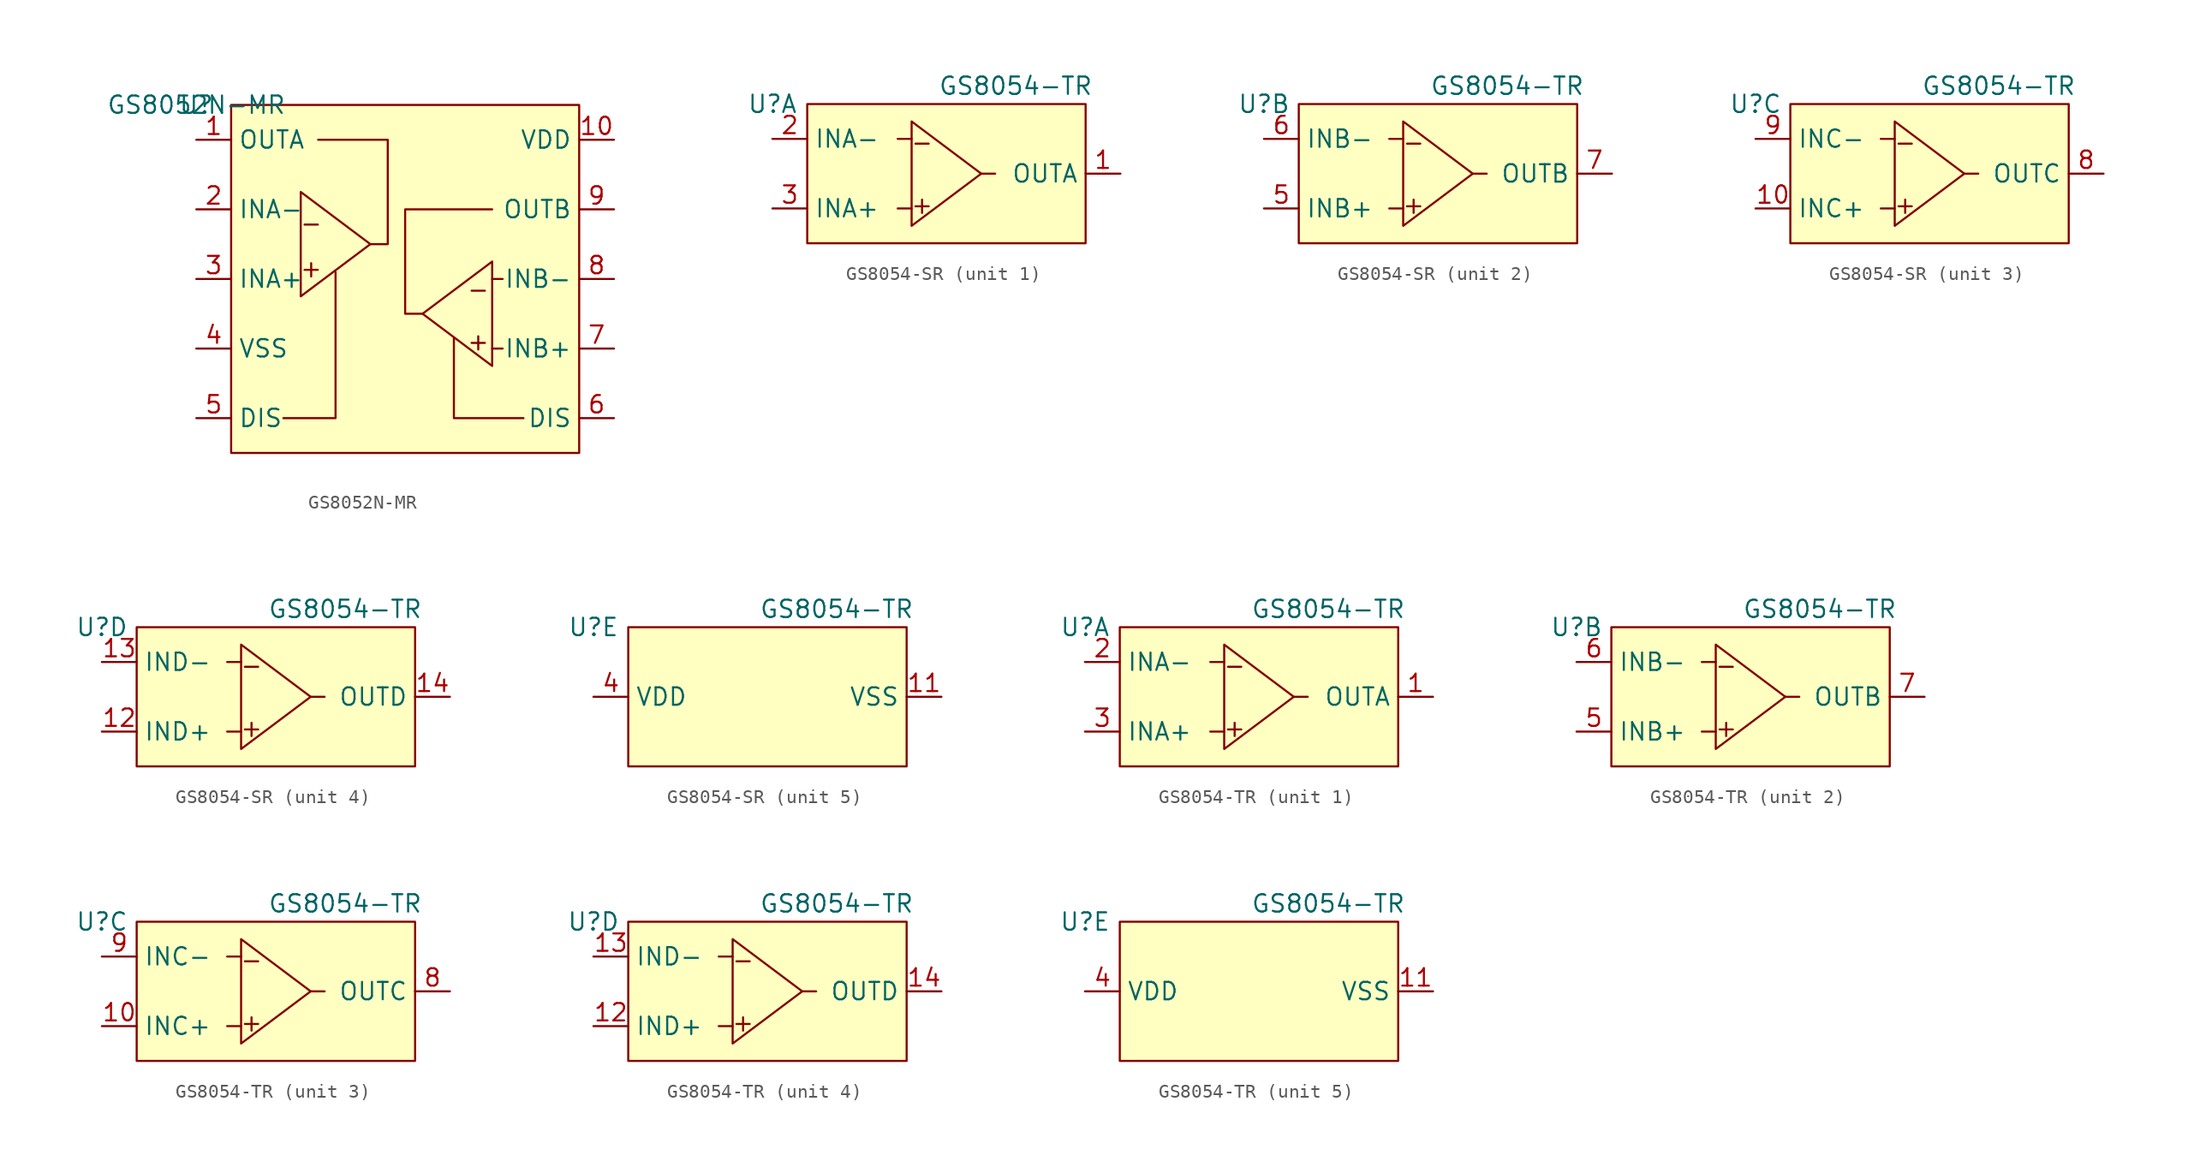
<source format=kicad_sym>
(kicad_symbol_lib
  (version 20220914)
  (generator kicad_symbol_editor)
  (symbol "GS8052N-MR"
    (property "Reference" "U"
      (at 0 0 0)
      (effects (font (size 1.27 1.27))))
    (property "Value" "GS8052N-MR"
      (at 0 0 0)
      (effects (font (size 1.27 1.27))))
    (symbol "GS8052N-MR_0_0"
      (pin output line (at 0 -2.54 0) (length 2.54) (name "OUTA" (effects (font (size 1.27 1.27)))) (number "1" (effects (font (size 1.27 1.27)))))
      (pin power_in line (at 30.48 -2.54 180) (length 2.54) (name "VDD" (effects (font (size 1.27 1.27)))) (number "10" (effects (font (size 1.27 1.27)))))
      (pin input line (at 0 -7.62 0) (length 2.54) (name "INA-" (effects (font (size 1.27 1.27)))) (number "2" (effects (font (size 1.27 1.27)))))
      (pin input line (at 0 -12.7 0) (length 2.54) (name "INA+" (effects (font (size 1.27 1.27)))) (number "3" (effects (font (size 1.27 1.27)))))
      (pin power_in line (at 0 -17.78 0) (length 2.54) (name "VSS" (effects (font (size 1.27 1.27)))) (number "4" (effects (font (size 1.27 1.27)))))
      (pin power_in line (at 0 -22.86 0) (length 2.54) (name "DIS" (effects (font (size 1.27 1.27)))) (number "5" (effects (font (size 1.27 1.27)))))
      (pin power_in line (at 30.48 -22.86 180) (length 2.54) (name "DIS" (effects (font (size 1.27 1.27)))) (number "6" (effects (font (size 1.27 1.27)))))
      (pin input line (at 30.48 -17.78 180) (length 2.54) (name "INB+" (effects (font (size 1.27 1.27)))) (number "7" (effects (font (size 1.27 1.27)))))
      (pin input line (at 30.48 -12.7 180) (length 2.54) (name "INB-" (effects (font (size 1.27 1.27)))) (number "8" (effects (font (size 1.27 1.27)))))
      (pin output line (at 30.48 -7.62 180) (length 2.54) (name "OUTB" (effects (font (size 1.27 1.27)))) (number "9" (effects (font (size 1.27 1.27))))))
    (symbol "GS8052N-MR_0_1"
      (polyline (pts (xy 21.59 -17.78) (xy 22.352 -17.78)) (stroke (width 0) (type default)) (fill (type none)))
      (polyline (pts (xy 21.59 -12.7) (xy 22.352 -12.7)) (stroke (width 0) (type default)) (fill (type none)))
      (polyline (pts (xy 10.16 -12.192) (xy 10.16 -22.86) (xy 6.35 -22.86)) (stroke (width 0) (type default)) (fill (type none)))
      (polyline (pts (xy 18.796 -17.018) (xy 18.796 -22.86) (xy 23.876 -22.86)) (stroke (width 0) (type default)) (fill (type none)))
      (polyline (pts (xy 7.62 -6.35) (xy 7.62 -13.97) (xy 12.7 -10.16) (xy 7.62 -6.35)) (stroke (width 0) (type default)) (fill (type none)))
      (polyline (pts (xy 12.7 -10.16) (xy 13.97 -10.16) (xy 13.97 -2.54) (xy 8.89 -2.54)) (stroke (width 0) (type default)) (fill (type none)))
      (polyline (pts (xy 16.51 -15.24) (xy 15.24 -15.24) (xy 15.24 -7.62) (xy 21.59 -7.62)) (stroke (width 0) (type default)) (fill (type none)))
      (polyline (pts (xy 21.59 -11.43) (xy 21.59 -19.05) (xy 16.51 -15.24) (xy 21.59 -11.43)) (stroke (width 0) (type default)) (fill (type none)))
      (rectangle (start 2.54 0) (end 27.94 -25.4) (stroke (width 0) (type default)) (fill (type background)))
      (text "+" (at 8.382 -11.938 0) (effects (font (size 1.27 1.27))))
      (text "+" (at 20.574 -17.272 0) (effects (font (size 1.27 1.27))))
      (text "-" (at 8.382 -8.636 0) (effects (font (size 1.27 1.27))))
      (text "-" (at 20.574 -13.462 0) (effects (font (size 1.27 1.27))))))
  (symbol "GS8054-SR"
    (property "Reference" "U"
      (at 0 0 0)
      (effects (font (size 1.27 1.27))))
    (property "Value" "GS8054-TR"
      (at 17.755 1.321 0)
      (effects (font (size 1.27 1.27))))
    (symbol "GS8054-SR_1_0"
      (pin output line (at 25.4 -5.08 180) (length 2.54) (name "OUTA" (effects (font (size 1.27 1.27)))) (number "1" (effects (font (size 1.27 1.27)))))
      (pin input line (at 0 -2.54 0) (length 2.54) (name "INA-" (effects (font (size 1.27 1.27)))) (number "2" (effects (font (size 1.27 1.27)))))
      (pin input line (at 0 -7.62 0) (length 2.54) (name "INA+" (effects (font (size 1.27 1.27)))) (number "3" (effects (font (size 1.27 1.27))))))
    (symbol "GS8054-SR_1_1"
      (polyline (pts (xy 10.16 -7.62) (xy 9.144 -7.62)) (stroke (width 0) (type default)) (fill (type none)))
      (polyline (pts (xy 10.16 -2.54) (xy 9.144 -2.54)) (stroke (width 0) (type default)) (fill (type none)))
      (polyline (pts (xy 15.24 -5.08) (xy 16.256 -5.08)) (stroke (width 0) (type default)) (fill (type none)))
      (polyline (pts (xy 10.16 -1.27) (xy 10.16 -8.89) (xy 15.24 -5.08) (xy 10.16 -1.27)) (stroke (width 0) (type default)) (fill (type none)))
      (rectangle (start 2.54 0) (end 22.86 -10.16) (stroke (width 0) (type default)) (fill (type background)))
      (text "+" (at 10.922 -7.366 0) (effects (font (size 1.27 1.27))))
      (text "-" (at 10.922 -2.794 0) (effects (font (size 1.27 1.27)))))
    (symbol "GS8054-SR_2_0"
      (pin input line (at 0 -7.62 0) (length 2.54) (name "INB+" (effects (font (size 1.27 1.27)))) (number "5" (effects (font (size 1.27 1.27)))))
      (pin input line (at 0 -2.54 0) (length 2.54) (name "INB-" (effects (font (size 1.27 1.27)))) (number "6" (effects (font (size 1.27 1.27)))))
      (pin output line (at 25.4 -5.08 180) (length 2.54) (name "OUTB" (effects (font (size 1.27 1.27)))) (number "7" (effects (font (size 1.27 1.27))))))
    (symbol "GS8054-SR_2_1"
      (polyline (pts (xy 10.16 -7.62) (xy 9.144 -7.62)) (stroke (width 0) (type default)) (fill (type none)))
      (polyline (pts (xy 10.16 -2.54) (xy 9.144 -2.54)) (stroke (width 0) (type default)) (fill (type none)))
      (polyline (pts (xy 15.24 -5.08) (xy 16.256 -5.08)) (stroke (width 0) (type default)) (fill (type none)))
      (polyline (pts (xy 10.16 -1.27) (xy 10.16 -8.89) (xy 15.24 -5.08) (xy 10.16 -1.27)) (stroke (width 0) (type default)) (fill (type none)))
      (rectangle (start 2.54 0) (end 22.86 -10.16) (stroke (width 0) (type default)) (fill (type background)))
      (text "+" (at 10.922 -7.366 0) (effects (font (size 1.27 1.27))))
      (text "-" (at 10.922 -2.794 0) (effects (font (size 1.27 1.27)))))
    (symbol "GS8054-SR_3_0"
      (pin input line (at 0 -7.62 0) (length 2.54) (name "INC+" (effects (font (size 1.27 1.27)))) (number "10" (effects (font (size 1.27 1.27)))))
      (pin output line (at 25.4 -5.08 180) (length 2.54) (name "OUTC" (effects (font (size 1.27 1.27)))) (number "8" (effects (font (size 1.27 1.27)))))
      (pin input line (at 0 -2.54 0) (length 2.54) (name "INC-" (effects (font (size 1.27 1.27)))) (number "9" (effects (font (size 1.27 1.27))))))
    (symbol "GS8054-SR_3_1"
      (polyline (pts (xy 10.16 -7.62) (xy 9.144 -7.62)) (stroke (width 0) (type default)) (fill (type none)))
      (polyline (pts (xy 10.16 -2.54) (xy 9.144 -2.54)) (stroke (width 0) (type default)) (fill (type none)))
      (polyline (pts (xy 15.24 -5.08) (xy 16.256 -5.08)) (stroke (width 0) (type default)) (fill (type none)))
      (polyline (pts (xy 10.16 -1.27) (xy 10.16 -8.89) (xy 15.24 -5.08) (xy 10.16 -1.27)) (stroke (width 0) (type default)) (fill (type none)))
      (rectangle (start 2.54 0) (end 22.86 -10.16) (stroke (width 0) (type default)) (fill (type background)))
      (text "+" (at 10.922 -7.366 0) (effects (font (size 1.27 1.27))))
      (text "-" (at 10.922 -2.794 0) (effects (font (size 1.27 1.27)))))
    (symbol "GS8054-SR_4_0"
      (pin input line (at 0 -7.62 0) (length 2.54) (name "IND+" (effects (font (size 1.27 1.27)))) (number "12" (effects (font (size 1.27 1.27)))))
      (pin input line (at 0 -2.54 0) (length 2.54) (name "IND-" (effects (font (size 1.27 1.27)))) (number "13" (effects (font (size 1.27 1.27)))))
      (pin output line (at 25.4 -5.08 180) (length 2.54) (name "OUTD" (effects (font (size 1.27 1.27)))) (number "14" (effects (font (size 1.27 1.27))))))
    (symbol "GS8054-SR_4_1"
      (polyline (pts (xy 10.16 -7.62) (xy 9.144 -7.62)) (stroke (width 0) (type default)) (fill (type none)))
      (polyline (pts (xy 10.16 -2.54) (xy 9.144 -2.54)) (stroke (width 0) (type default)) (fill (type none)))
      (polyline (pts (xy 15.24 -5.08) (xy 16.256 -5.08)) (stroke (width 0) (type default)) (fill (type none)))
      (polyline (pts (xy 10.16 -1.27) (xy 10.16 -8.89) (xy 15.24 -5.08) (xy 10.16 -1.27)) (stroke (width 0) (type default)) (fill (type none)))
      (rectangle (start 2.54 0) (end 22.86 -10.16) (stroke (width 0) (type default)) (fill (type background)))
      (text "+" (at 10.922 -7.366 0) (effects (font (size 1.27 1.27))))
      (text "-" (at 10.922 -2.794 0) (effects (font (size 1.27 1.27)))))
    (symbol "GS8054-SR_5_0"
      (pin power_in line (at 25.4 -5.08 180) (length 2.54) (name "VSS" (effects (font (size 1.27 1.27)))) (number "11" (effects (font (size 1.27 1.27)))))
      (pin power_in line (at 0 -5.08 0) (length 2.54) (name "VDD" (effects (font (size 1.27 1.27)))) (number "4" (effects (font (size 1.27 1.27))))))
    (symbol "GS8054-SR_5_1"
      (rectangle (start 2.54 0) (end 22.86 -10.16) (stroke (width 0) (type default)) (fill (type background)))))
  (symbol "GS8054-TR"
    (property "Reference" "U"
      (at 0 0 0)
      (effects (font (size 1.27 1.27))))
    (property "Value" "GS8054-TR"
      (at 17.755 1.321 0)
      (effects (font (size 1.27 1.27))))
    (symbol "GS8054-TR_1_0"
      (pin output line (at 25.4 -5.08 180) (length 2.54) (name "OUTA" (effects (font (size 1.27 1.27)))) (number "1" (effects (font (size 1.27 1.27)))))
      (pin input line (at 0 -2.54 0) (length 2.54) (name "INA-" (effects (font (size 1.27 1.27)))) (number "2" (effects (font (size 1.27 1.27)))))
      (pin input line (at 0 -7.62 0) (length 2.54) (name "INA+" (effects (font (size 1.27 1.27)))) (number "3" (effects (font (size 1.27 1.27))))))
    (symbol "GS8054-TR_1_1"
      (polyline (pts (xy 10.16 -7.62) (xy 9.144 -7.62)) (stroke (width 0) (type default)) (fill (type none)))
      (polyline (pts (xy 10.16 -2.54) (xy 9.144 -2.54)) (stroke (width 0) (type default)) (fill (type none)))
      (polyline (pts (xy 15.24 -5.08) (xy 16.256 -5.08)) (stroke (width 0) (type default)) (fill (type none)))
      (polyline (pts (xy 10.16 -1.27) (xy 10.16 -8.89) (xy 15.24 -5.08) (xy 10.16 -1.27)) (stroke (width 0) (type default)) (fill (type none)))
      (rectangle (start 2.54 0) (end 22.86 -10.16) (stroke (width 0) (type default)) (fill (type background)))
      (text "+" (at 10.922 -7.366 0) (effects (font (size 1.27 1.27))))
      (text "-" (at 10.922 -2.794 0) (effects (font (size 1.27 1.27)))))
    (symbol "GS8054-TR_2_0"
      (pin input line (at 0 -7.62 0) (length 2.54) (name "INB+" (effects (font (size 1.27 1.27)))) (number "5" (effects (font (size 1.27 1.27)))))
      (pin input line (at 0 -2.54 0) (length 2.54) (name "INB-" (effects (font (size 1.27 1.27)))) (number "6" (effects (font (size 1.27 1.27)))))
      (pin output line (at 25.4 -5.08 180) (length 2.54) (name "OUTB" (effects (font (size 1.27 1.27)))) (number "7" (effects (font (size 1.27 1.27))))))
    (symbol "GS8054-TR_2_1"
      (polyline (pts (xy 10.16 -7.62) (xy 9.144 -7.62)) (stroke (width 0) (type default)) (fill (type none)))
      (polyline (pts (xy 10.16 -2.54) (xy 9.144 -2.54)) (stroke (width 0) (type default)) (fill (type none)))
      (polyline (pts (xy 15.24 -5.08) (xy 16.256 -5.08)) (stroke (width 0) (type default)) (fill (type none)))
      (polyline (pts (xy 10.16 -1.27) (xy 10.16 -8.89) (xy 15.24 -5.08) (xy 10.16 -1.27)) (stroke (width 0) (type default)) (fill (type none)))
      (rectangle (start 2.54 0) (end 22.86 -10.16) (stroke (width 0) (type default)) (fill (type background)))
      (text "+" (at 10.922 -7.366 0) (effects (font (size 1.27 1.27))))
      (text "-" (at 10.922 -2.794 0) (effects (font (size 1.27 1.27)))))
    (symbol "GS8054-TR_3_0"
      (pin input line (at 0 -7.62 0) (length 2.54) (name "INC+" (effects (font (size 1.27 1.27)))) (number "10" (effects (font (size 1.27 1.27)))))
      (pin output line (at 25.4 -5.08 180) (length 2.54) (name "OUTC" (effects (font (size 1.27 1.27)))) (number "8" (effects (font (size 1.27 1.27)))))
      (pin input line (at 0 -2.54 0) (length 2.54) (name "INC-" (effects (font (size 1.27 1.27)))) (number "9" (effects (font (size 1.27 1.27))))))
    (symbol "GS8054-TR_3_1"
      (polyline (pts (xy 10.16 -7.62) (xy 9.144 -7.62)) (stroke (width 0) (type default)) (fill (type none)))
      (polyline (pts (xy 10.16 -2.54) (xy 9.144 -2.54)) (stroke (width 0) (type default)) (fill (type none)))
      (polyline (pts (xy 15.24 -5.08) (xy 16.256 -5.08)) (stroke (width 0) (type default)) (fill (type none)))
      (polyline (pts (xy 10.16 -1.27) (xy 10.16 -8.89) (xy 15.24 -5.08) (xy 10.16 -1.27)) (stroke (width 0) (type default)) (fill (type none)))
      (rectangle (start 2.54 0) (end 22.86 -10.16) (stroke (width 0) (type default)) (fill (type background)))
      (text "+" (at 10.922 -7.366 0) (effects (font (size 1.27 1.27))))
      (text "-" (at 10.922 -2.794 0) (effects (font (size 1.27 1.27)))))
    (symbol "GS8054-TR_4_0"
      (pin input line (at 0 -7.62 0) (length 2.54) (name "IND+" (effects (font (size 1.27 1.27)))) (number "12" (effects (font (size 1.27 1.27)))))
      (pin input line (at 0 -2.54 0) (length 2.54) (name "IND-" (effects (font (size 1.27 1.27)))) (number "13" (effects (font (size 1.27 1.27)))))
      (pin output line (at 25.4 -5.08 180) (length 2.54) (name "OUTD" (effects (font (size 1.27 1.27)))) (number "14" (effects (font (size 1.27 1.27))))))
    (symbol "GS8054-TR_4_1"
      (polyline (pts (xy 10.16 -7.62) (xy 9.144 -7.62)) (stroke (width 0) (type default)) (fill (type none)))
      (polyline (pts (xy 10.16 -2.54) (xy 9.144 -2.54)) (stroke (width 0) (type default)) (fill (type none)))
      (polyline (pts (xy 15.24 -5.08) (xy 16.256 -5.08)) (stroke (width 0) (type default)) (fill (type none)))
      (polyline (pts (xy 10.16 -1.27) (xy 10.16 -8.89) (xy 15.24 -5.08) (xy 10.16 -1.27)) (stroke (width 0) (type default)) (fill (type none)))
      (rectangle (start 2.54 0) (end 22.86 -10.16) (stroke (width 0) (type default)) (fill (type background)))
      (text "+" (at 10.922 -7.366 0) (effects (font (size 1.27 1.27))))
      (text "-" (at 10.922 -2.794 0) (effects (font (size 1.27 1.27)))))
    (symbol "GS8054-TR_5_0"
      (pin power_in line (at 25.4 -5.08 180) (length 2.54) (name "VSS" (effects (font (size 1.27 1.27)))) (number "11" (effects (font (size 1.27 1.27)))))
      (pin power_in line (at 0 -5.08 0) (length 2.54) (name "VDD" (effects (font (size 1.27 1.27)))) (number "4" (effects (font (size 1.27 1.27))))))
    (symbol "GS8054-TR_5_1"
      (rectangle (start 2.54 0) (end 22.86 -10.16) (stroke (width 0) (type default)) (fill (type background))))))
</source>
